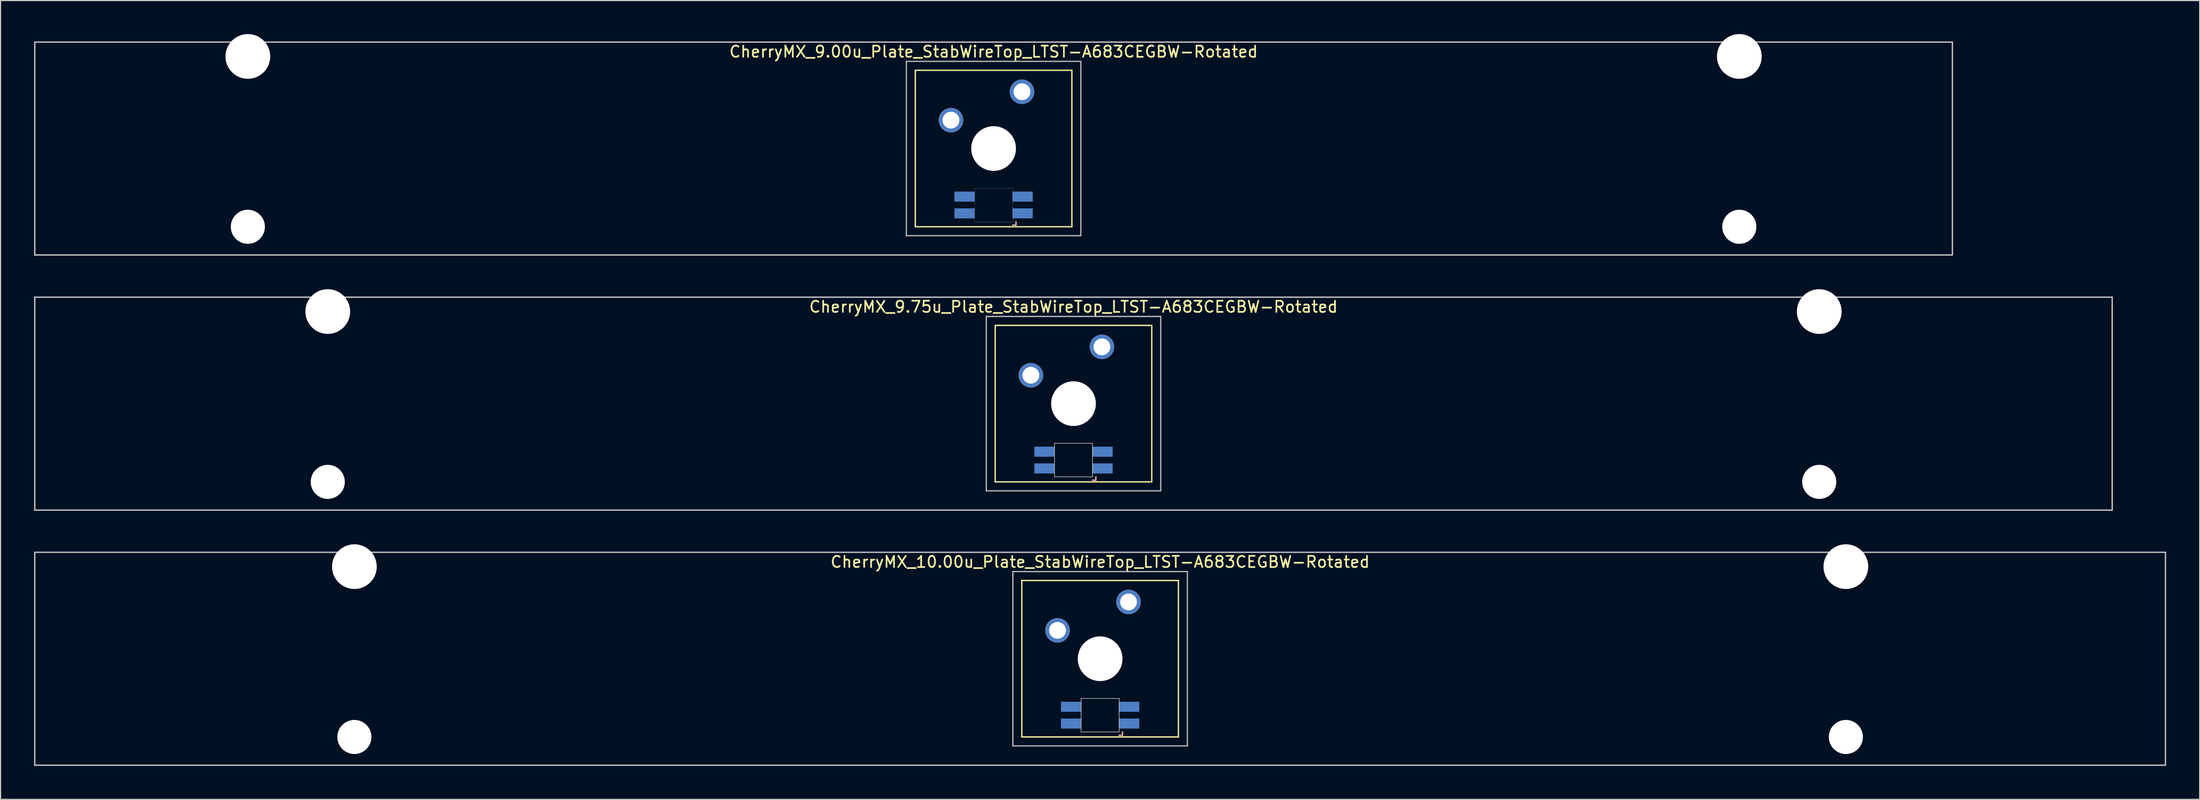
<source format=kicad_pcb>
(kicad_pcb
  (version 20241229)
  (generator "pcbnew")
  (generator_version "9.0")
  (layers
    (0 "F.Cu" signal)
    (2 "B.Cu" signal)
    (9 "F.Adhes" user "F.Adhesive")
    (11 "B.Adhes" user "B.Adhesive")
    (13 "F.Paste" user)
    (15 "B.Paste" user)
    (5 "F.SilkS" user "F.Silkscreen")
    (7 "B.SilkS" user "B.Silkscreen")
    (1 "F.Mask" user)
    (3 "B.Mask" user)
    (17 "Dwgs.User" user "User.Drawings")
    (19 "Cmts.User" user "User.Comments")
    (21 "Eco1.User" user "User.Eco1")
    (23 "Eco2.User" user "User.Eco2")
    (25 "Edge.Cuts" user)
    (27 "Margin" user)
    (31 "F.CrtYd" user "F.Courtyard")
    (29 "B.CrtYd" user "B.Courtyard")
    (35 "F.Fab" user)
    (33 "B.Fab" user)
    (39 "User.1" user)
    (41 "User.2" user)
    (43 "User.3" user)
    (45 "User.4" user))
  (footprint "CherryMX_9.75u_Plate_StabWireTop_LTST-A683CEGBW-Rotated"
    (layer "F.Cu")
    (at 92.929 33.065)
    (property "Reference" "CherryMX_9.75u_Plate_StabWireTop_LTST-A683CEGBW-Rotated" (at 0 -8.662 0) (layer "F.SilkS") (effects (font (size 1 1) (thickness 0.15))))
    (attr through_hole)
    (fp_line (start -7 -7) (end -7 7) (stroke (width 0.12) (type solid)) (layer "F.SilkS"))
    (fp_line (start -7 -7) (end 7 -7) (stroke (width 0.12) (type solid)) (layer "F.SilkS"))
    (fp_line (start 7 -7) (end 7 7) (stroke (width 0.12) (type solid)) (layer "F.SilkS"))
    (fp_line (start 7 7) (end -7 7) (stroke (width 0.12) (type solid)) (layer "F.SilkS"))
    (fp_line (start 1.7 6.85) (end 2 6.85) (stroke (width 0.12) (type solid)) (layer "B.SilkS"))
    (fp_line (start 2 6.85) (end 2 6.55) (stroke (width 0.12) (type solid)) (layer "B.SilkS"))
    (fp_line (start -92.869 -9.525) (end 92.869 -9.525) (stroke (width 0.12) (type solid)) (layer "Dwgs.User"))
    (fp_line (start -92.869 9.525) (end -92.869 -9.525) (stroke (width 0.12) (type solid)) (layer "Dwgs.User"))
    (fp_line (start 92.869 -9.525) (end 92.869 9.525) (stroke (width 0.12) (type solid)) (layer "Dwgs.User"))
    (fp_line (start 92.869 9.525) (end -92.869 9.525) (stroke (width 0.12) (type solid)) (layer "Dwgs.User"))
    (fp_line (start -1.7 3.55) (end 1.7 3.55) (stroke (width 0.05) (type solid)) (layer "Edge.Cuts"))
    (fp_line (start -1.7 6.55) (end -1.7 3.55) (stroke (width 0.05) (type solid)) (layer "Edge.Cuts"))
    (fp_line (start 1.7 3.55) (end 1.7 6.55) (stroke (width 0.05) (type solid)) (layer "Edge.Cuts"))
    (fp_line (start 1.7 6.55) (end -1.7 6.55) (stroke (width 0.05) (type solid)) (layer "Edge.Cuts"))
    (fp_line (start -7.8 -7.8) (end -7.8 7.8) (stroke (width 0.12) (type solid)) (layer "F.Fab"))
    (fp_line (start -7.8 -7.8) (end 7.8 -7.8) (stroke (width 0.12) (type solid)) (layer "F.Fab"))
    (fp_line (start -7.8 7.8) (end 7.8 7.8) (stroke (width 0.12) (type solid)) (layer "F.Fab"))
    (fp_line (start 7.8 -7.8) (end 7.8 7.8) (stroke (width 0.12) (type solid)) (layer "F.Fab"))
    (pad "" np_thru_hole circle (at -66.675 -8.24) (size 4 4) (drill 4) (layers "*.Cu" "*.Mask"))
    (pad "" np_thru_hole circle (at -66.675 7) (size 3.05 3.05) (drill 3.05) (layers "*.Cu" "*.Mask"))
    (pad "" np_thru_hole circle (at 0 0) (size 4 4) (drill 4) (layers "*.Cu" "*.Mask"))
    (pad "" np_thru_hole circle (at 66.675 -8.24) (size 4 4) (drill 4) (layers "*.Cu" "*.Mask"))
    (pad "" np_thru_hole circle (at 66.675 7) (size 3.05 3.05) (drill 3.05) (layers "*.Cu" "*.Mask"))
    (pad "1" thru_hole circle (at -3.81 -2.54) (size 2.2 2.2) (drill 1.5) (layers "*.Cu" "*.Mask"))
    (pad "2" thru_hole circle (at 2.54 -5.08) (size 2.2 2.2) (drill 1.5) (layers "*.Cu" "*.Mask"))
    (pad "3" smd rect (at 2.6 5.8) (size 1.8 0.9) (layers "B.Cu" "B.Mask" "B.Paste"))
    (pad "4" smd rect (at 2.6 4.3) (size 1.8 0.9) (layers "B.Cu" "B.Mask" "B.Paste"))
    (pad "5" smd rect (at -2.6 5.8) (size 1.8 0.9) (layers "B.Cu" "B.Mask" "B.Paste"))
    (pad "6" smd rect (at -2.6 4.3) (size 1.8 0.9) (layers "B.Cu" "B.Mask" "B.Paste")))
  (footprint "CherryMX_10.00u_Plate_StabWireTop_LTST-A683CEGBW-Rotated"
    (layer "F.Cu")
    (at 95.31 55.89)
    (property "Reference" "CherryMX_10.00u_Plate_StabWireTop_LTST-A683CEGBW-Rotated" (at 0 -8.662 0) (layer "F.SilkS") (effects (font (size 1 1) (thickness 0.15))))
    (attr through_hole)
    (fp_line (start -7 -7) (end -7 7) (stroke (width 0.12) (type solid)) (layer "F.SilkS"))
    (fp_line (start -7 -7) (end 7 -7) (stroke (width 0.12) (type solid)) (layer "F.SilkS"))
    (fp_line (start 7 -7) (end 7 7) (stroke (width 0.12) (type solid)) (layer "F.SilkS"))
    (fp_line (start 7 7) (end -7 7) (stroke (width 0.12) (type solid)) (layer "F.SilkS"))
    (fp_line (start 1.7 6.85) (end 2 6.85) (stroke (width 0.12) (type solid)) (layer "B.SilkS"))
    (fp_line (start 2 6.85) (end 2 6.55) (stroke (width 0.12) (type solid)) (layer "B.SilkS"))
    (fp_line (start -95.25 -9.525) (end 95.25 -9.525) (stroke (width 0.12) (type solid)) (layer "Dwgs.User"))
    (fp_line (start -95.25 9.525) (end -95.25 -9.525) (stroke (width 0.12) (type solid)) (layer "Dwgs.User"))
    (fp_line (start 95.25 -9.525) (end 95.25 9.525) (stroke (width 0.12) (type solid)) (layer "Dwgs.User"))
    (fp_line (start 95.25 9.525) (end -95.25 9.525) (stroke (width 0.12) (type solid)) (layer "Dwgs.User"))
    (fp_line (start -1.7 3.55) (end 1.7 3.55) (stroke (width 0.05) (type solid)) (layer "Edge.Cuts"))
    (fp_line (start -1.7 6.55) (end -1.7 3.55) (stroke (width 0.05) (type solid)) (layer "Edge.Cuts"))
    (fp_line (start 1.7 3.55) (end 1.7 6.55) (stroke (width 0.05) (type solid)) (layer "Edge.Cuts"))
    (fp_line (start 1.7 6.55) (end -1.7 6.55) (stroke (width 0.05) (type solid)) (layer "Edge.Cuts"))
    (fp_line (start -7.8 -7.8) (end -7.8 7.8) (stroke (width 0.12) (type solid)) (layer "F.Fab"))
    (fp_line (start -7.8 -7.8) (end 7.8 -7.8) (stroke (width 0.12) (type solid)) (layer "F.Fab"))
    (fp_line (start -7.8 7.8) (end 7.8 7.8) (stroke (width 0.12) (type solid)) (layer "F.Fab"))
    (fp_line (start 7.8 -7.8) (end 7.8 7.8) (stroke (width 0.12) (type solid)) (layer "F.Fab"))
    (pad "" np_thru_hole circle (at -66.675 -8.24) (size 4 4) (drill 4) (layers "*.Cu" "*.Mask"))
    (pad "" np_thru_hole circle (at -66.675 7) (size 3.05 3.05) (drill 3.05) (layers "*.Cu" "*.Mask"))
    (pad "" np_thru_hole circle (at 0 0) (size 4 4) (drill 4) (layers "*.Cu" "*.Mask"))
    (pad "" np_thru_hole circle (at 66.675 -8.24) (size 4 4) (drill 4) (layers "*.Cu" "*.Mask"))
    (pad "" np_thru_hole circle (at 66.675 7) (size 3.05 3.05) (drill 3.05) (layers "*.Cu" "*.Mask"))
    (pad "1" thru_hole circle (at -3.81 -2.54) (size 2.2 2.2) (drill 1.5) (layers "*.Cu" "*.Mask"))
    (pad "2" thru_hole circle (at 2.54 -5.08) (size 2.2 2.2) (drill 1.5) (layers "*.Cu" "*.Mask"))
    (pad "3" smd rect (at 2.6 5.8) (size 1.8 0.9) (layers "B.Cu" "B.Mask" "B.Paste"))
    (pad "4" smd rect (at 2.6 4.3) (size 1.8 0.9) (layers "B.Cu" "B.Mask" "B.Paste"))
    (pad "5" smd rect (at -2.6 5.8) (size 1.8 0.9) (layers "B.Cu" "B.Mask" "B.Paste"))
    (pad "6" smd rect (at -2.6 4.3) (size 1.8 0.9) (layers "B.Cu" "B.Mask" "B.Paste")))
  (footprint "CherryMX_9.00u_Plate_StabWireTop_LTST-A683CEGBW-Rotated"
    (layer "F.Cu")
    (at 85.785 10.24)
    (property "Reference" "CherryMX_9.00u_Plate_StabWireTop_LTST-A683CEGBW-Rotated" (at 0 -8.662 0) (layer "F.SilkS") (effects (font (size 1 1) (thickness 0.15))))
    (attr through_hole)
    (fp_line (start -7 -7) (end -7 7) (stroke (width 0.12) (type solid)) (layer "F.SilkS"))
    (fp_line (start -7 -7) (end 7 -7) (stroke (width 0.12) (type solid)) (layer "F.SilkS"))
    (fp_line (start 7 -7) (end 7 7) (stroke (width 0.12) (type solid)) (layer "F.SilkS"))
    (fp_line (start 7 7) (end -7 7) (stroke (width 0.12) (type solid)) (layer "F.SilkS"))
    (fp_line (start 1.7 6.85) (end 2 6.85) (stroke (width 0.12) (type solid)) (layer "B.SilkS"))
    (fp_line (start 2 6.85) (end 2 6.55) (stroke (width 0.12) (type solid)) (layer "B.SilkS"))
    (fp_line (start -85.725 -9.525) (end 85.725 -9.525) (stroke (width 0.12) (type solid)) (layer "Dwgs.User"))
    (fp_line (start -85.725 9.525) (end -85.725 -9.525) (stroke (width 0.12) (type solid)) (layer "Dwgs.User"))
    (fp_line (start 85.725 -9.525) (end 85.725 9.525) (stroke (width 0.12) (type solid)) (layer "Dwgs.User"))
    (fp_line (start 85.725 9.525) (end -85.725 9.525) (stroke (width 0.12) (type solid)) (layer "Dwgs.User"))
    (fp_poly (pts (xy -1.7 3.55) (xy 1.7 3.55) (xy 1.7 6.55) (xy -1.7 6.55)) (stroke (width 0.01) (type solid)) (fill no) (layer "Edge.Cuts"))
    (fp_line (start -7.8 -7.8) (end -7.8 7.8) (stroke (width 0.12) (type solid)) (layer "F.Fab"))
    (fp_line (start -7.8 -7.8) (end 7.8 -7.8) (stroke (width 0.12) (type solid)) (layer "F.Fab"))
    (fp_line (start -7.8 7.8) (end 7.8 7.8) (stroke (width 0.12) (type solid)) (layer "F.Fab"))
    (fp_line (start 7.8 -7.8) (end 7.8 7.8) (stroke (width 0.12) (type solid)) (layer "F.Fab"))
    (pad "" np_thru_hole circle (at -66.675 -8.24) (size 4 4) (drill 4) (layers "*.Cu" "*.Mask"))
    (pad "" np_thru_hole circle (at -66.675 7) (size 3.05 3.05) (drill 3.05) (layers "*.Cu" "*.Mask"))
    (pad "" np_thru_hole circle (at 0 0) (size 4 4) (drill 4) (layers "*.Cu" "*.Mask"))
    (pad "" np_thru_hole circle (at 66.675 -8.24) (size 4 4) (drill 4) (layers "*.Cu" "*.Mask"))
    (pad "" np_thru_hole circle (at 66.675 7) (size 3.05 3.05) (drill 3.05) (layers "*.Cu" "*.Mask"))
    (pad "1" thru_hole circle (at -3.81 -2.54) (size 2.2 2.2) (drill 1.5) (layers "*.Cu" "*.Mask"))
    (pad "2" thru_hole circle (at 2.54 -5.08) (size 2.2 2.2) (drill 1.5) (layers "*.Cu" "*.Mask"))
    (pad "3" smd rect (at 2.6 5.8 180) (size 1.8 0.9) (layers "B.Cu" "B.Mask" "B.Paste"))
    (pad "4" smd rect (at 2.6 4.3 180) (size 1.8 0.9) (layers "B.Cu" "B.Mask" "B.Paste"))
    (pad "5" smd rect (at -2.6 5.8 180) (size 1.8 0.9) (layers "B.Cu" "B.Mask" "B.Paste"))
    (pad "6" smd rect (at -2.6 4.3 180) (size 1.8 0.9) (layers "B.Cu" "B.Mask" "B.Paste")))
  (gr_rect
    (start -3 -3)
    (end 193.62 68.475)
    (stroke (width 0.1) (type default))
    (fill no)
    (layer "Edge.Cuts")))
</source>
